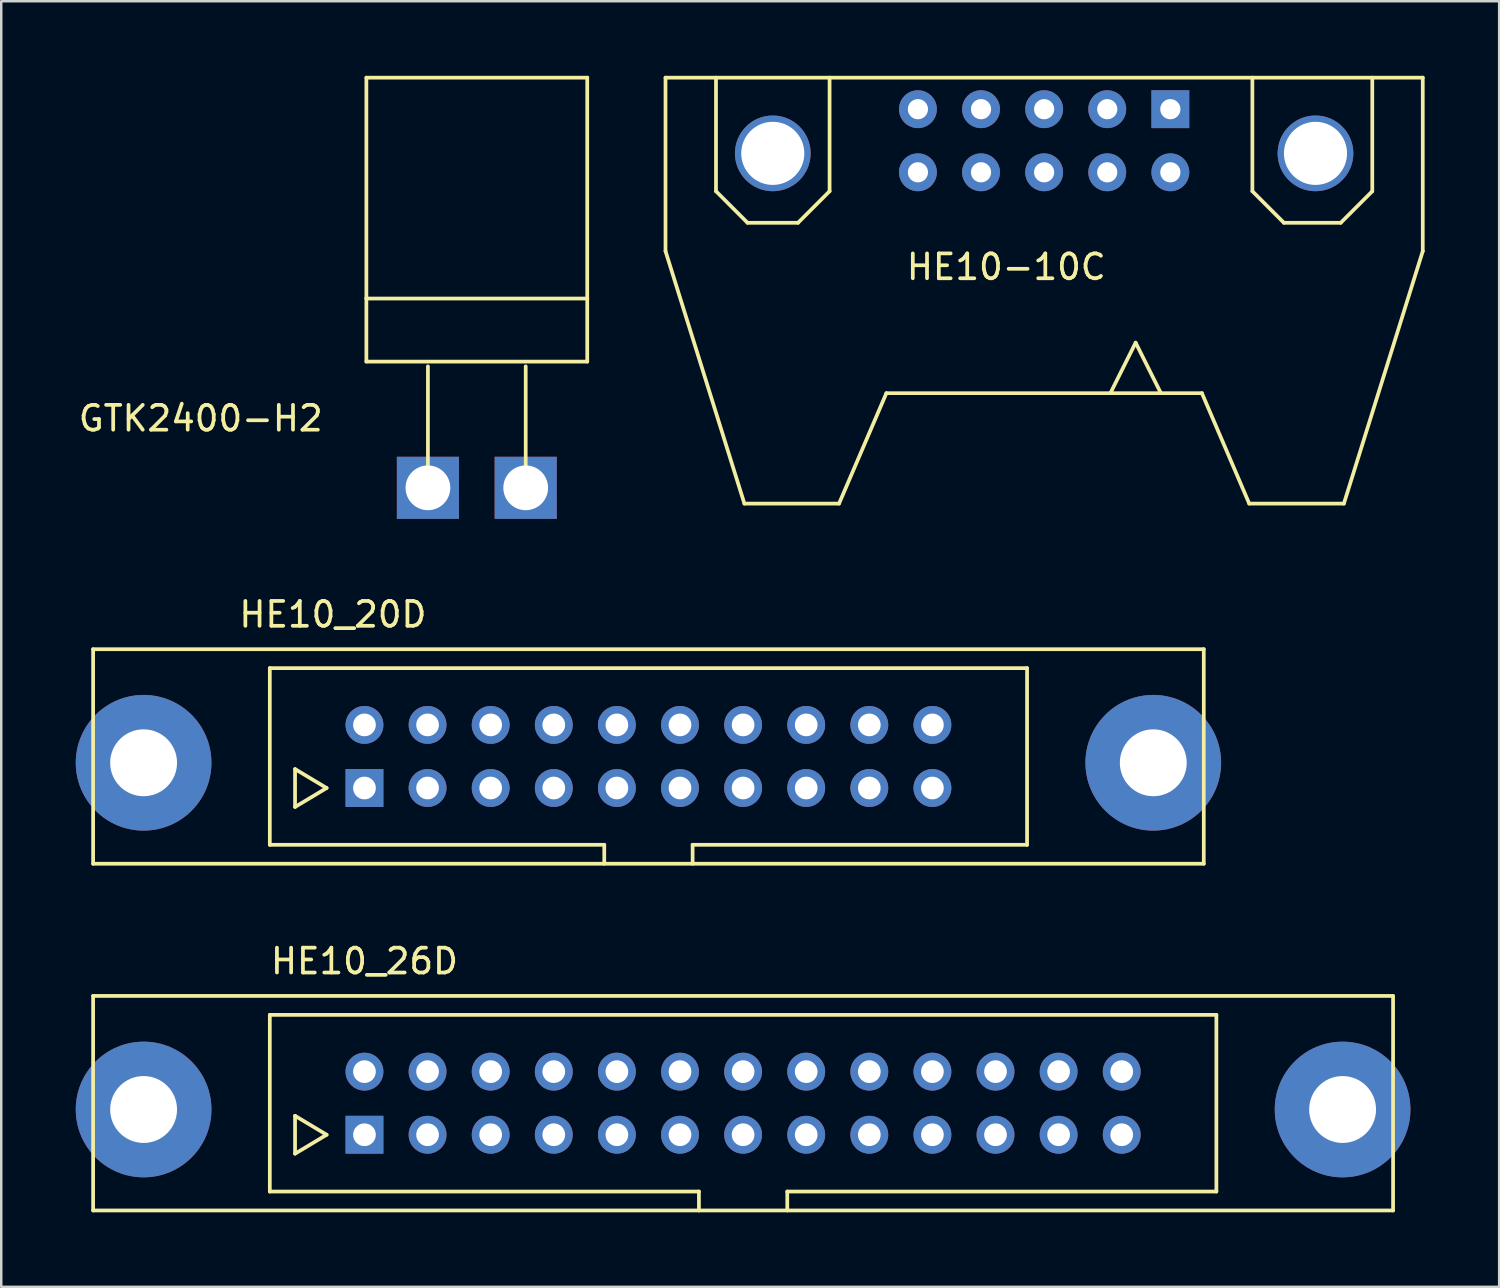
<source format=kicad_pcb>
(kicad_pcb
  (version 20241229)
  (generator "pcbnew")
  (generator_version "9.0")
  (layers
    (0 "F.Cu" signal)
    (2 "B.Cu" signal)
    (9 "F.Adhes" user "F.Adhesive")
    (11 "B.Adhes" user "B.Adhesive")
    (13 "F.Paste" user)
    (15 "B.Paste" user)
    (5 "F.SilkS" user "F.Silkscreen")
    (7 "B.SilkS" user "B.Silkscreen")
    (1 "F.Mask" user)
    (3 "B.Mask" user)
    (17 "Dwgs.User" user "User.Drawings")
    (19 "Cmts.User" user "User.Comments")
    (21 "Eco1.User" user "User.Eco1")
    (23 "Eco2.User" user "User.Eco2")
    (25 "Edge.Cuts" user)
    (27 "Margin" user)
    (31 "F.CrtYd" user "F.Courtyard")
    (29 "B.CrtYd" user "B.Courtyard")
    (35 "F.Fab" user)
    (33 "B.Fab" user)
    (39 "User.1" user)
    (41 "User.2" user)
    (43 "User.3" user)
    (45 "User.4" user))
  (footprint "GTK2400-H2"
    (layer "F.Cu")
    (at 16.142 16.585)
    (property "Reference" "GTK2400-H2" (at -11.113 -2.794 0) (layer "F.SilkS") (effects (font (size 1 1) (thickness 0.15))))
    (attr through_hole)
    (fp_line (start -4.445 -16.51) (end 4.445 -16.51) (stroke (width 0.15) (type solid)) (layer "F.SilkS"))
    (fp_line (start -4.445 -7.62) (end -4.445 -16.51) (stroke (width 0.15) (type solid)) (layer "F.SilkS"))
    (fp_line (start -4.445 -7.62) (end 4.445 -7.62) (stroke (width 0.15) (type solid)) (layer "F.SilkS"))
    (fp_line (start -4.445 -5.08) (end -4.445 -7.62) (stroke (width 0.15) (type solid)) (layer "F.SilkS"))
    (fp_line (start -1.968 0) (end -1.968 -4.889) (stroke (width 0.15) (type solid)) (layer "F.SilkS"))
    (fp_line (start 1.968 0) (end 1.968 -4.889) (stroke (width 0.15) (type solid)) (layer "F.SilkS"))
    (fp_line (start 4.445 -16.51) (end 4.445 -7.62) (stroke (width 0.15) (type solid)) (layer "F.SilkS"))
    (fp_line (start 4.445 -7.62) (end 4.445 -5.08) (stroke (width 0.15) (type solid)) (layer "F.SilkS"))
    (fp_line (start 4.445 -5.08) (end -4.445 -5.08) (stroke (width 0.15) (type solid)) (layer "F.SilkS"))
    (pad "1" thru_hole rect (at -1.968 0) (size 2.499 2.499) (drill 1.801) (layers "*.Cu" "*.Mask"))
    (pad "2" thru_hole rect (at 1.968 0) (size 2.499 2.499) (drill 1.801) (layers "*.Cu" "*.Mask")))
  (footprint "HE10_20D"
    (layer "F.Cu")
    (at 23.05 27.398)
    (property "Reference" "HE10_20D" (at -12.7 -5.715 0) (layer "F.SilkS") (effects (font (size 1 1) (thickness 0.15))))
    (attr through_hole)
    (fp_line (start -22.352 -4.318) (end -22.352 4.318) (stroke (width 0.15) (type solid)) (layer "F.SilkS"))
    (fp_line (start -22.352 4.318) (end 22.352 4.318) (stroke (width 0.15) (type solid)) (layer "F.SilkS"))
    (fp_line (start -15.24 -3.556) (end 15.24 -3.556) (stroke (width 0.15) (type solid)) (layer "F.SilkS"))
    (fp_line (start -15.24 3.556) (end -15.24 -3.556) (stroke (width 0.15) (type solid)) (layer "F.SilkS"))
    (fp_line (start -14.224 0.508) (end -14.224 2.032) (stroke (width 0.15) (type solid)) (layer "F.SilkS"))
    (fp_line (start -14.224 2.032) (end -12.954 1.27) (stroke (width 0.15) (type solid)) (layer "F.SilkS"))
    (fp_line (start -12.954 1.27) (end -14.224 0.508) (stroke (width 0.15) (type solid)) (layer "F.SilkS"))
    (fp_line (start -1.778 3.556) (end -15.24 3.556) (stroke (width 0.15) (type solid)) (layer "F.SilkS"))
    (fp_line (start -1.778 4.318) (end -1.778 3.556) (stroke (width 0.15) (type solid)) (layer "F.SilkS"))
    (fp_line (start 1.778 3.556) (end 1.778 4.318) (stroke (width 0.15) (type solid)) (layer "F.SilkS"))
    (fp_line (start 15.24 -3.556) (end 15.24 3.556) (stroke (width 0.15) (type solid)) (layer "F.SilkS"))
    (fp_line (start 15.24 3.556) (end 1.778 3.556) (stroke (width 0.15) (type solid)) (layer "F.SilkS"))
    (fp_line (start 22.352 -4.318) (end -22.352 -4.318) (stroke (width 0.15) (type solid)) (layer "F.SilkS"))
    (fp_line (start 22.352 4.318) (end 22.352 -4.318) (stroke (width 0.15) (type solid)) (layer "F.SilkS"))
    (pad "" thru_hole circle (at -20.32 0.254) (size 5.461 5.461) (drill 2.692) (layers "*.Cu" "*.Mask"))
    (pad "" thru_hole circle (at 20.32 0.254) (size 5.461 5.461) (drill 2.692) (layers "*.Cu" "*.Mask"))
    (pad "1" thru_hole rect (at -11.43 1.27) (size 1.524 1.524) (drill 0.914) (layers "*.Cu" "*.Mask"))
    (pad "2" thru_hole circle (at -11.43 -1.27) (size 1.524 1.524) (drill 0.914) (layers "*.Cu" "*.Mask"))
    (pad "3" thru_hole circle (at -8.89 1.27) (size 1.524 1.524) (drill 0.914) (layers "*.Cu" "*.Mask"))
    (pad "4" thru_hole circle (at -8.89 -1.27) (size 1.524 1.524) (drill 0.914) (layers "*.Cu" "*.Mask"))
    (pad "5" thru_hole circle (at -6.35 1.27) (size 1.524 1.524) (drill 0.914) (layers "*.Cu" "*.Mask"))
    (pad "6" thru_hole circle (at -6.35 -1.27) (size 1.524 1.524) (drill 0.914) (layers "*.Cu" "*.Mask"))
    (pad "7" thru_hole circle (at -3.81 1.27) (size 1.524 1.524) (drill 0.914) (layers "*.Cu" "*.Mask"))
    (pad "8" thru_hole circle (at -3.81 -1.27) (size 1.524 1.524) (drill 0.914) (layers "*.Cu" "*.Mask"))
    (pad "9" thru_hole circle (at -1.27 1.27) (size 1.524 1.524) (drill 0.914) (layers "*.Cu" "*.Mask"))
    (pad "10" thru_hole circle (at -1.27 -1.27) (size 1.524 1.524) (drill 0.914) (layers "*.Cu" "*.Mask"))
    (pad "11" thru_hole circle (at 1.27 1.27) (size 1.524 1.524) (drill 0.914) (layers "*.Cu" "*.Mask"))
    (pad "12" thru_hole circle (at 1.27 -1.27) (size 1.524 1.524) (drill 0.914) (layers "*.Cu" "*.Mask"))
    (pad "13" thru_hole circle (at 3.81 1.27) (size 1.524 1.524) (drill 0.914) (layers "*.Cu" "*.Mask"))
    (pad "14" thru_hole circle (at 3.81 -1.27) (size 1.524 1.524) (drill 0.914) (layers "*.Cu" "*.Mask"))
    (pad "15" thru_hole circle (at 6.35 1.27) (size 1.524 1.524) (drill 0.914) (layers "*.Cu" "*.Mask"))
    (pad "16" thru_hole circle (at 6.35 -1.27) (size 1.524 1.524) (drill 0.914) (layers "*.Cu" "*.Mask"))
    (pad "17" thru_hole circle (at 8.89 1.27) (size 1.524 1.524) (drill 0.914) (layers "*.Cu" "*.Mask"))
    (pad "18" thru_hole circle (at 8.89 -1.27) (size 1.524 1.524) (drill 0.914) (layers "*.Cu" "*.Mask"))
    (pad "19" thru_hole circle (at 11.43 1.27) (size 1.524 1.524) (drill 0.914) (layers "*.Cu" "*.Mask"))
    (pad "20" thru_hole circle (at 11.43 -1.27) (size 1.524 1.524) (drill 0.914) (layers "*.Cu" "*.Mask")))
  (footprint "HE10_26D"
    (layer "F.Cu")
    (at 26.86 41.354)
    (property "Reference" "HE10_26D" (at -15.24 -5.715 0) (layer "F.SilkS") (effects (font (size 1 1) (thickness 0.15))))
    (attr through_hole)
    (fp_line (start -26.162 -4.318) (end -26.162 4.318) (stroke (width 0.15) (type solid)) (layer "F.SilkS"))
    (fp_line (start -26.162 4.318) (end 26.162 4.318) (stroke (width 0.15) (type solid)) (layer "F.SilkS"))
    (fp_line (start -19.05 -3.556) (end 19.05 -3.556) (stroke (width 0.15) (type solid)) (layer "F.SilkS"))
    (fp_line (start -19.05 3.556) (end -19.05 -3.556) (stroke (width 0.15) (type solid)) (layer "F.SilkS"))
    (fp_line (start -18.034 0.508) (end -18.034 2.032) (stroke (width 0.15) (type solid)) (layer "F.SilkS"))
    (fp_line (start -18.034 2.032) (end -16.764 1.27) (stroke (width 0.15) (type solid)) (layer "F.SilkS"))
    (fp_line (start -16.764 1.27) (end -18.034 0.508) (stroke (width 0.15) (type solid)) (layer "F.SilkS"))
    (fp_line (start -1.778 3.556) (end -19.05 3.556) (stroke (width 0.15) (type solid)) (layer "F.SilkS"))
    (fp_line (start -1.778 4.318) (end -1.778 3.556) (stroke (width 0.15) (type solid)) (layer "F.SilkS"))
    (fp_line (start 1.778 3.556) (end 1.778 4.318) (stroke (width 0.15) (type solid)) (layer "F.SilkS"))
    (fp_line (start 19.05 -3.556) (end 19.05 3.556) (stroke (width 0.15) (type solid)) (layer "F.SilkS"))
    (fp_line (start 19.05 3.556) (end 1.778 3.556) (stroke (width 0.15) (type solid)) (layer "F.SilkS"))
    (fp_line (start 26.162 -4.318) (end -26.162 -4.318) (stroke (width 0.15) (type solid)) (layer "F.SilkS"))
    (fp_line (start 26.162 4.318) (end 26.162 -4.318) (stroke (width 0.15) (type solid)) (layer "F.SilkS"))
    (pad "" thru_hole circle (at -24.13 0.254) (size 5.461 5.461) (drill 2.692) (layers "*.Cu" "*.Mask"))
    (pad "" thru_hole circle (at 24.13 0.254) (size 5.461 5.461) (drill 2.692) (layers "*.Cu" "*.Mask"))
    (pad "1" thru_hole rect (at -15.24 1.27) (size 1.524 1.524) (drill 0.914) (layers "*.Cu" "*.Mask"))
    (pad "2" thru_hole circle (at -15.24 -1.27) (size 1.524 1.524) (drill 0.914) (layers "*.Cu" "*.Mask"))
    (pad "3" thru_hole circle (at -12.7 1.27) (size 1.524 1.524) (drill 0.914) (layers "*.Cu" "*.Mask"))
    (pad "4" thru_hole circle (at -12.7 -1.27) (size 1.524 1.524) (drill 0.914) (layers "*.Cu" "*.Mask"))
    (pad "5" thru_hole circle (at -10.16 1.27) (size 1.524 1.524) (drill 0.914) (layers "*.Cu" "*.Mask"))
    (pad "6" thru_hole circle (at -10.16 -1.27) (size 1.524 1.524) (drill 0.914) (layers "*.Cu" "*.Mask"))
    (pad "7" thru_hole circle (at -7.62 1.27) (size 1.524 1.524) (drill 0.914) (layers "*.Cu" "*.Mask"))
    (pad "8" thru_hole circle (at -7.62 -1.27) (size 1.524 1.524) (drill 0.914) (layers "*.Cu" "*.Mask"))
    (pad "9" thru_hole circle (at -5.08 1.27) (size 1.524 1.524) (drill 0.914) (layers "*.Cu" "*.Mask"))
    (pad "10" thru_hole circle (at -5.08 -1.27) (size 1.524 1.524) (drill 0.914) (layers "*.Cu" "*.Mask"))
    (pad "11" thru_hole circle (at -2.54 1.27) (size 1.524 1.524) (drill 0.914) (layers "*.Cu" "*.Mask"))
    (pad "12" thru_hole circle (at -2.54 -1.27) (size 1.524 1.524) (drill 0.914) (layers "*.Cu" "*.Mask"))
    (pad "13" thru_hole circle (at 0 1.27) (size 1.524 1.524) (drill 0.914) (layers "*.Cu" "*.Mask"))
    (pad "14" thru_hole circle (at 0 -1.27) (size 1.524 1.524) (drill 0.914) (layers "*.Cu" "*.Mask"))
    (pad "15" thru_hole circle (at 2.54 1.27) (size 1.524 1.524) (drill 0.914) (layers "*.Cu" "*.Mask"))
    (pad "16" thru_hole circle (at 2.54 -1.27) (size 1.524 1.524) (drill 0.914) (layers "*.Cu" "*.Mask"))
    (pad "17" thru_hole circle (at 5.08 1.27) (size 1.524 1.524) (drill 0.914) (layers "*.Cu" "*.Mask"))
    (pad "18" thru_hole circle (at 5.08 -1.27) (size 1.524 1.524) (drill 0.914) (layers "*.Cu" "*.Mask"))
    (pad "19" thru_hole circle (at 7.62 1.27) (size 1.524 1.524) (drill 0.914) (layers "*.Cu" "*.Mask"))
    (pad "20" thru_hole circle (at 7.62 -1.27) (size 1.524 1.524) (drill 0.914) (layers "*.Cu" "*.Mask"))
    (pad "21" thru_hole circle (at 10.16 1.27) (size 1.524 1.524) (drill 0.914) (layers "*.Cu" "*.Mask"))
    (pad "22" thru_hole circle (at 10.16 -1.27) (size 1.524 1.524) (drill 0.914) (layers "*.Cu" "*.Mask"))
    (pad "23" thru_hole circle (at 12.7 1.27) (size 1.524 1.524) (drill 0.914) (layers "*.Cu" "*.Mask"))
    (pad "24" thru_hole circle (at 12.7 -1.27) (size 1.524 1.524) (drill 0.914) (layers "*.Cu" "*.Mask"))
    (pad "25" thru_hole circle (at 15.24 1.27) (size 1.524 1.524) (drill 0.914) (layers "*.Cu" "*.Mask"))
    (pad "26" thru_hole circle (at 15.24 -1.27) (size 1.524 1.524) (drill 0.914) (layers "*.Cu" "*.Mask")))
  (footprint "HE10-10C"
    (layer "F.Cu")
    (at 38.977 2.615)
    (property "Reference" "HE10-10C" (at -1.524 5.08 180) (layer "F.SilkS") (effects (font (size 1 1) (thickness 0.15))))
    (attr through_hole)
    (fp_line (start -15.24 -2.54) (end -15.24 4.445) (stroke (width 0.15) (type solid)) (layer "F.SilkS"))
    (fp_line (start -15.24 4.445) (end -12.065 14.605) (stroke (width 0.15) (type solid)) (layer "F.SilkS"))
    (fp_line (start -13.208 2.032) (end -13.208 -2.54) (stroke (width 0.15) (type solid)) (layer "F.SilkS"))
    (fp_line (start -12.065 14.605) (end -8.255 14.605) (stroke (width 0.15) (type solid)) (layer "F.SilkS"))
    (fp_line (start -11.938 3.302) (end -13.208 2.032) (stroke (width 0.15) (type solid)) (layer "F.SilkS"))
    (fp_line (start -9.906 3.302) (end -11.938 3.302) (stroke (width 0.15) (type solid)) (layer "F.SilkS"))
    (fp_line (start -8.636 -2.54) (end -8.636 2.032) (stroke (width 0.15) (type solid)) (layer "F.SilkS"))
    (fp_line (start -8.636 2.032) (end -9.906 3.302) (stroke (width 0.15) (type solid)) (layer "F.SilkS"))
    (fp_line (start -8.255 14.605) (end -6.35 10.16) (stroke (width 0.15) (type solid)) (layer "F.SilkS"))
    (fp_line (start -6.35 10.16) (end 6.35 10.16) (stroke (width 0.15) (type solid)) (layer "F.SilkS"))
    (fp_line (start 3.683 8.128) (end 2.667 10.16) (stroke (width 0.15) (type solid)) (layer "F.SilkS"))
    (fp_line (start 4.699 10.16) (end 3.683 8.128) (stroke (width 0.15) (type solid)) (layer "F.SilkS"))
    (fp_line (start 8.255 14.605) (end 6.35 10.16) (stroke (width 0.15) (type solid)) (layer "F.SilkS"))
    (fp_line (start 8.382 2.032) (end 8.382 -2.54) (stroke (width 0.15) (type solid)) (layer "F.SilkS"))
    (fp_line (start 9.652 3.302) (end 8.382 2.032) (stroke (width 0.15) (type solid)) (layer "F.SilkS"))
    (fp_line (start 11.938 3.302) (end 9.652 3.302) (stroke (width 0.15) (type solid)) (layer "F.SilkS"))
    (fp_line (start 12.065 14.605) (end 8.255 14.605) (stroke (width 0.15) (type solid)) (layer "F.SilkS"))
    (fp_line (start 13.208 -2.54) (end 13.208 2.032) (stroke (width 0.15) (type solid)) (layer "F.SilkS"))
    (fp_line (start 13.208 2.032) (end 11.938 3.302) (stroke (width 0.15) (type solid)) (layer "F.SilkS"))
    (fp_line (start 15.24 -2.54) (end -15.24 -2.54) (stroke (width 0.15) (type solid)) (layer "F.SilkS"))
    (fp_line (start 15.24 -2.54) (end 15.24 4.445) (stroke (width 0.15) (type solid)) (layer "F.SilkS"))
    (fp_line (start 15.24 4.445) (end 12.065 14.605) (stroke (width 0.15) (type solid)) (layer "F.SilkS"))
    (pad "0" thru_hole circle (at -10.922 0.508) (size 3.048 3.048) (drill 2.54) (layers "*.Cu" "*.Mask"))
    (pad "0" thru_hole circle (at 10.922 0.508) (size 3.048 3.048) (drill 2.54) (layers "*.Cu" "*.Mask"))
    (pad "1" thru_hole rect (at 5.08 -1.27) (size 1.524 1.524) (drill 0.813) (layers "*.Cu" "*.Mask"))
    (pad "2" thru_hole circle (at 5.08 1.27) (size 1.524 1.524) (drill 0.813) (layers "*.Cu" "*.Mask"))
    (pad "3" thru_hole circle (at 2.54 -1.27) (size 1.524 1.524) (drill 0.813) (layers "*.Cu" "*.Mask"))
    (pad "4" thru_hole circle (at 2.54 1.27) (size 1.524 1.524) (drill 0.813) (layers "*.Cu" "*.Mask"))
    (pad "5" thru_hole circle (at 0 -1.27) (size 1.524 1.524) (drill 0.813) (layers "*.Cu" "*.Mask"))
    (pad "6" thru_hole circle (at 0 1.27) (size 1.524 1.524) (drill 0.813) (layers "*.Cu" "*.Mask"))
    (pad "7" thru_hole circle (at -2.54 -1.27) (size 1.524 1.524) (drill 0.813) (layers "*.Cu" "*.Mask"))
    (pad "8" thru_hole circle (at -2.54 1.27) (size 1.524 1.524) (drill 0.813) (layers "*.Cu" "*.Mask"))
    (pad "9" thru_hole circle (at -5.08 -1.27) (size 1.524 1.524) (drill 0.813) (layers "*.Cu" "*.Mask"))
    (pad "10" thru_hole circle (at -5.08 1.27) (size 1.524 1.524) (drill 0.813) (layers "*.Cu" "*.Mask")))
  (gr_rect
    (start -3 -3)
    (end 57.292 48.747)
    (stroke (width 0.1) (type default))
    (fill no)
    (layer "Edge.Cuts")))
</source>
